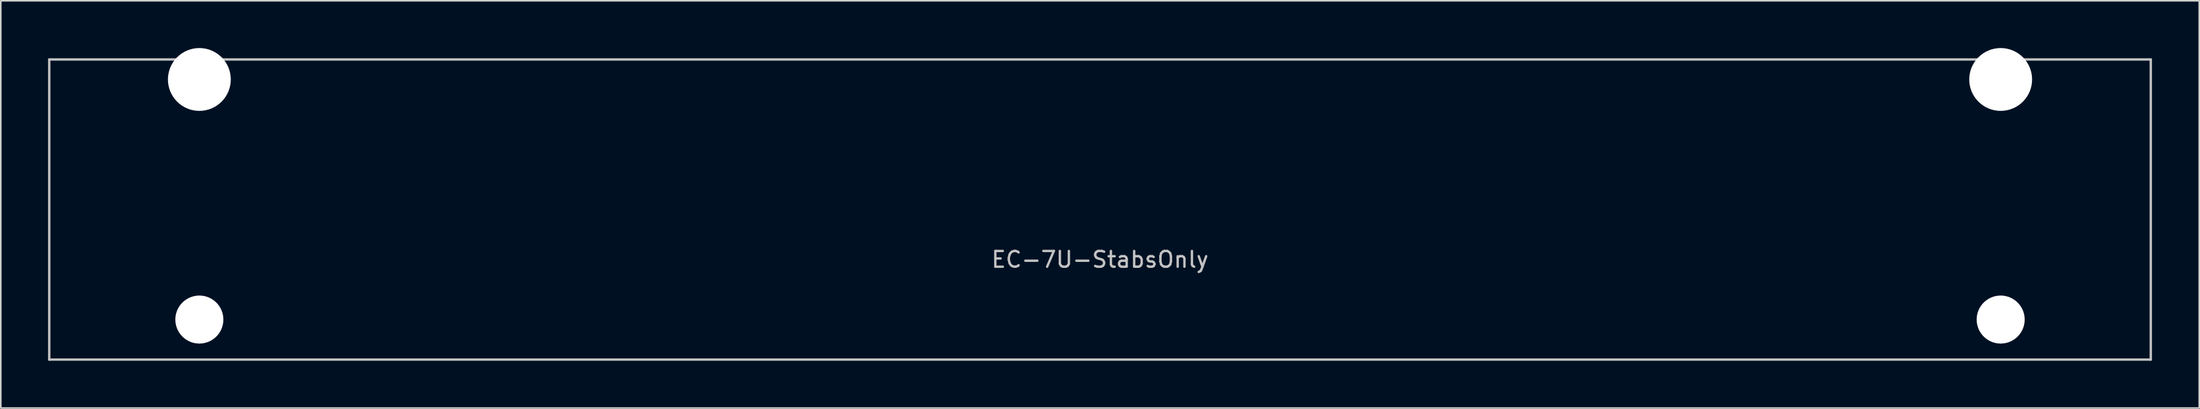
<source format=kicad_pcb>
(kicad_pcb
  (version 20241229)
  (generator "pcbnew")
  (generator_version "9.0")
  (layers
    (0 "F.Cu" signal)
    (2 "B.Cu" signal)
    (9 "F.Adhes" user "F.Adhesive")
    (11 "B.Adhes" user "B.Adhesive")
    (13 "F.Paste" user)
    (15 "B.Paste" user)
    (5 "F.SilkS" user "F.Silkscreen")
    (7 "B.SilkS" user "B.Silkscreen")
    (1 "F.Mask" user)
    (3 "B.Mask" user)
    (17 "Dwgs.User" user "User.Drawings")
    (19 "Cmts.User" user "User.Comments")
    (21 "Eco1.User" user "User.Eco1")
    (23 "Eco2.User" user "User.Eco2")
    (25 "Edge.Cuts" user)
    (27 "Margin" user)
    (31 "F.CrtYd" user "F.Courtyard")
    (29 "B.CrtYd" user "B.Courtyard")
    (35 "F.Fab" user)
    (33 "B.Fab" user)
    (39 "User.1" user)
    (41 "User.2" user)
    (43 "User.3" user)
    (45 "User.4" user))
  (footprint "EC-7U-StabsOnly"
    (layer "F.Cu")
    (at 66.75 10.249)
    (property "Reference" "EC-7U-StabsOnly" (at 0 3.175 0) (layer "Dwgs.User") (effects (font (size 1 1) (thickness 0.15))))
    (attr through_hole)
    (fp_line (start -66.675 -9.525) (end 66.675 -9.525) (stroke (width 0.15) (type solid)) (layer "Dwgs.User"))
    (fp_line (start -66.675 9.525) (end -66.675 -9.525) (stroke (width 0.15) (type solid)) (layer "Dwgs.User"))
    (fp_line (start -66.675 9.525) (end 66.675 9.525) (stroke (width 0.15) (type solid)) (layer "Dwgs.User"))
    (fp_line (start 66.675 -9.525) (end 66.675 9.525) (stroke (width 0.15) (type solid)) (layer "Dwgs.User"))
    (pad "" np_thru_hole circle (at -57.15 -8.255) (size 3.988 3.988) (drill 3.988) (layers "*.Cu" "*.Mask"))
    (pad "" np_thru_hole circle (at -57.15 6.985) (size 3.048 3.048) (drill 3.048) (layers "*.Cu" "*.Mask"))
    (pad "" np_thru_hole circle (at 57.15 -8.255) (size 3.988 3.988) (drill 3.988) (layers "*.Cu" "*.Mask"))
    (pad "" np_thru_hole circle (at 57.15 6.985) (size 3.048 3.048) (drill 3.048) (layers "*.Cu" "*.Mask")))
  (gr_rect
    (start -3 -3)
    (end 136.5 22.849)
    (stroke (width 0.1) (type default))
    (fill no)
    (layer "Edge.Cuts")))
</source>
